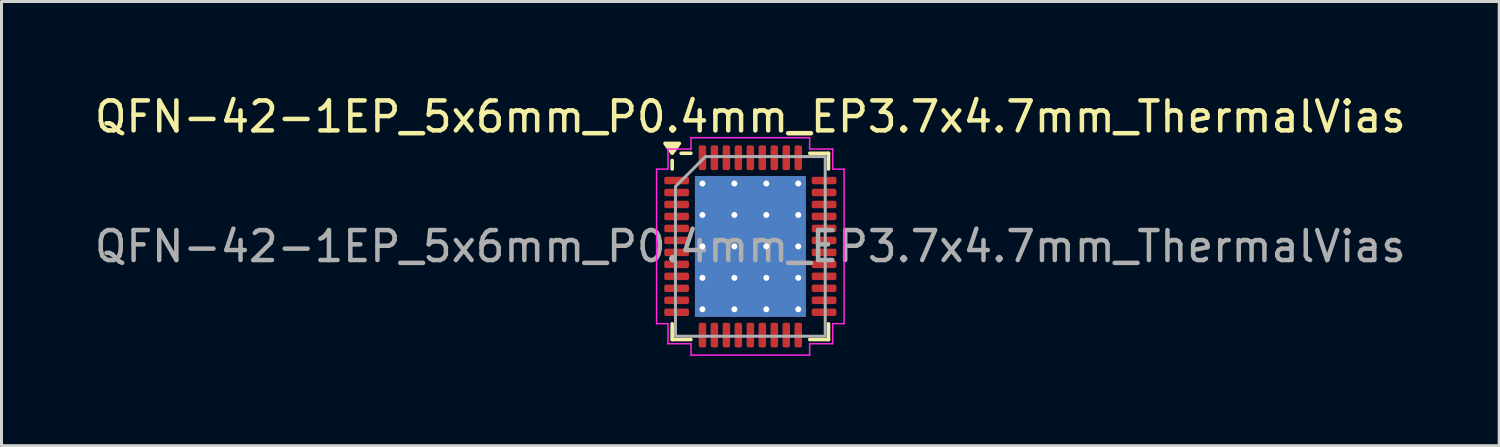
<source format=kicad_pcb>
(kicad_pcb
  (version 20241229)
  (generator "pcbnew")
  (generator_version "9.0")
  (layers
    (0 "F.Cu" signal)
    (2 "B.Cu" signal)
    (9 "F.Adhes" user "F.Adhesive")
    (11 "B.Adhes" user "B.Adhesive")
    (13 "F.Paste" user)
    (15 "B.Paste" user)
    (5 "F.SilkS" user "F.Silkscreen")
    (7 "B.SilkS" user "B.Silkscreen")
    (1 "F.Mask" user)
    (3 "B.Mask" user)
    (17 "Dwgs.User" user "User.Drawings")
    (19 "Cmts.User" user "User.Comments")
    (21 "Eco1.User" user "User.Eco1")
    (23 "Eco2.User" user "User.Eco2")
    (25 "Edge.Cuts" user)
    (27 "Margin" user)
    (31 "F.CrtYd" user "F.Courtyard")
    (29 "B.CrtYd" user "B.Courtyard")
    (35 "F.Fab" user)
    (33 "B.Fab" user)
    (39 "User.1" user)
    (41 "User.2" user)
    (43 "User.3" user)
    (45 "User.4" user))
  (footprint "QFN-42-1EP_5x6mm_P0.4mm_EP3.7x4.7mm_ThermalVias"
    (layer "F.Cu")
    (at 22.006 5.178)
    (property "Reference" "QFN-42-1EP_5x6mm_P0.4mm_EP3.7x4.7mm_ThermalVias" (at 0 -4.33 0) (layer "F.SilkS") (effects (font (size 1 1) (thickness 0.15))))
    (attr smd)
    (fp_line (start -2.61 -2.585) (end -2.61 -2.87) (stroke (width 0.12) (type solid)) (layer "F.SilkS"))
    (fp_line (start -2.61 3.11) (end -2.61 2.585) (stroke (width 0.12) (type solid)) (layer "F.SilkS"))
    (fp_line (start -1.985 -3.11) (end -2.31 -3.11) (stroke (width 0.12) (type solid)) (layer "F.SilkS"))
    (fp_line (start -1.985 3.11) (end -2.61 3.11) (stroke (width 0.12) (type solid)) (layer "F.SilkS"))
    (fp_line (start 1.985 -3.11) (end 2.61 -3.11) (stroke (width 0.12) (type solid)) (layer "F.SilkS"))
    (fp_line (start 1.985 3.11) (end 2.61 3.11) (stroke (width 0.12) (type solid)) (layer "F.SilkS"))
    (fp_line (start 2.61 -3.11) (end 2.61 -2.585) (stroke (width 0.12) (type solid)) (layer "F.SilkS"))
    (fp_line (start 2.61 3.11) (end 2.61 2.585) (stroke (width 0.12) (type solid)) (layer "F.SilkS"))
    (fp_poly (pts (xy -2.61 -3.11) (xy -2.85 -3.44) (xy -2.37 -3.44)) (stroke (width 0.12) (type solid)) (fill yes) (layer "F.SilkS"))
    (fp_line (start -3.13 -2.58) (end -2.75 -2.58) (stroke (width 0.05) (type solid)) (layer "F.CrtYd"))
    (fp_line (start -3.13 2.58) (end -3.13 -2.58) (stroke (width 0.05) (type solid)) (layer "F.CrtYd"))
    (fp_line (start -2.75 -3.25) (end -1.98 -3.25) (stroke (width 0.05) (type solid)) (layer "F.CrtYd"))
    (fp_line (start -2.75 -2.58) (end -2.75 -3.25) (stroke (width 0.05) (type solid)) (layer "F.CrtYd"))
    (fp_line (start -2.75 2.58) (end -3.13 2.58) (stroke (width 0.05) (type solid)) (layer "F.CrtYd"))
    (fp_line (start -2.75 3.25) (end -2.75 2.58) (stroke (width 0.05) (type solid)) (layer "F.CrtYd"))
    (fp_line (start -1.98 -3.63) (end 1.98 -3.63) (stroke (width 0.05) (type solid)) (layer "F.CrtYd"))
    (fp_line (start -1.98 -3.25) (end -1.98 -3.63) (stroke (width 0.05) (type solid)) (layer "F.CrtYd"))
    (fp_line (start -1.98 3.25) (end -2.75 3.25) (stroke (width 0.05) (type solid)) (layer "F.CrtYd"))
    (fp_line (start -1.98 3.63) (end -1.98 3.25) (stroke (width 0.05) (type solid)) (layer "F.CrtYd"))
    (fp_line (start 1.98 -3.63) (end 1.98 -3.25) (stroke (width 0.05) (type solid)) (layer "F.CrtYd"))
    (fp_line (start 1.98 -3.25) (end 2.75 -3.25) (stroke (width 0.05) (type solid)) (layer "F.CrtYd"))
    (fp_line (start 1.98 3.25) (end 1.98 3.63) (stroke (width 0.05) (type solid)) (layer "F.CrtYd"))
    (fp_line (start 1.98 3.63) (end -1.98 3.63) (stroke (width 0.05) (type solid)) (layer "F.CrtYd"))
    (fp_line (start 2.75 -3.25) (end 2.75 -2.58) (stroke (width 0.05) (type solid)) (layer "F.CrtYd"))
    (fp_line (start 2.75 -2.58) (end 3.13 -2.58) (stroke (width 0.05) (type solid)) (layer "F.CrtYd"))
    (fp_line (start 2.75 2.58) (end 2.75 3.25) (stroke (width 0.05) (type solid)) (layer "F.CrtYd"))
    (fp_line (start 2.75 3.25) (end 1.98 3.25) (stroke (width 0.05) (type solid)) (layer "F.CrtYd"))
    (fp_line (start 3.13 -2.58) (end 3.13 2.58) (stroke (width 0.05) (type solid)) (layer "F.CrtYd"))
    (fp_line (start 3.13 2.58) (end 2.75 2.58) (stroke (width 0.05) (type solid)) (layer "F.CrtYd"))
    (fp_poly (pts (xy -2.5 -2) (xy -2.5 3) (xy 2.5 3) (xy 2.5 -3) (xy -1.5 -3)) (stroke (width 0.1) (type solid)) (fill no) (layer "F.Fab"))
    (fp_text user "${REFERENCE}" (at 0 0 0) (layer "F.Fab") (effects (font (size 1 1) (thickness 0.15))))
    (pad "" smd roundrect (at -1.23 -1.77) (size 0.96 0.91) (layers "F.Paste") (roundrect_rratio 0.25))
    (pad "" smd roundrect (at -1.23 -0.59) (size 0.96 0.91) (layers "F.Paste") (roundrect_rratio 0.25))
    (pad "" smd roundrect (at -1.23 0.59) (size 0.96 0.91) (layers "F.Paste") (roundrect_rratio 0.25))
    (pad "" smd roundrect (at -1.23 1.77) (size 0.96 0.91) (layers "F.Paste") (roundrect_rratio 0.25))
    (pad "" smd roundrect (at 0 -1.77) (size 0.96 0.91) (layers "F.Paste") (roundrect_rratio 0.25))
    (pad "" smd roundrect (at 0 -0.59) (size 0.96 0.91) (layers "F.Paste") (roundrect_rratio 0.25))
    (pad "" smd roundrect (at 0 0.59) (size 0.96 0.91) (layers "F.Paste") (roundrect_rratio 0.25))
    (pad "" smd roundrect (at 0 1.77) (size 0.96 0.91) (layers "F.Paste") (roundrect_rratio 0.25))
    (pad "" smd roundrect (at 1.23 -1.77) (size 0.96 0.91) (layers "F.Paste") (roundrect_rratio 0.25))
    (pad "" smd roundrect (at 1.23 -0.59) (size 0.96 0.91) (layers "F.Paste") (roundrect_rratio 0.25))
    (pad "" smd roundrect (at 1.23 0.59) (size 0.96 0.91) (layers "F.Paste") (roundrect_rratio 0.25))
    (pad "" smd roundrect (at 1.23 1.77) (size 0.96 0.91) (layers "F.Paste") (roundrect_rratio 0.25))
    (pad "1" smd roundrect (at -2.462 -2.2) (size 0.825 0.25) (layers "F.Cu" "F.Mask" "F.Paste") (roundrect_rratio 0.25))
    (pad "2" smd roundrect (at -2.462 -1.8) (size 0.825 0.25) (layers "F.Cu" "F.Mask" "F.Paste") (roundrect_rratio 0.25))
    (pad "3" smd roundrect (at -2.462 -1.4) (size 0.825 0.25) (layers "F.Cu" "F.Mask" "F.Paste") (roundrect_rratio 0.25))
    (pad "4" smd roundrect (at -2.462 -1) (size 0.825 0.25) (layers "F.Cu" "F.Mask" "F.Paste") (roundrect_rratio 0.25))
    (pad "5" smd roundrect (at -2.462 -0.6) (size 0.825 0.25) (layers "F.Cu" "F.Mask" "F.Paste") (roundrect_rratio 0.25))
    (pad "6" smd roundrect (at -2.462 -0.2) (size 0.825 0.25) (layers "F.Cu" "F.Mask" "F.Paste") (roundrect_rratio 0.25))
    (pad "7" smd roundrect (at -2.462 0.2) (size 0.825 0.25) (layers "F.Cu" "F.Mask" "F.Paste") (roundrect_rratio 0.25))
    (pad "8" smd roundrect (at -2.462 0.6) (size 0.825 0.25) (layers "F.Cu" "F.Mask" "F.Paste") (roundrect_rratio 0.25))
    (pad "9" smd roundrect (at -2.462 1) (size 0.825 0.25) (layers "F.Cu" "F.Mask" "F.Paste") (roundrect_rratio 0.25))
    (pad "10" smd roundrect (at -2.462 1.4) (size 0.825 0.25) (layers "F.Cu" "F.Mask" "F.Paste") (roundrect_rratio 0.25))
    (pad "11" smd roundrect (at -2.462 1.8) (size 0.825 0.25) (layers "F.Cu" "F.Mask" "F.Paste") (roundrect_rratio 0.25))
    (pad "12" smd roundrect (at -2.462 2.2) (size 0.825 0.25) (layers "F.Cu" "F.Mask" "F.Paste") (roundrect_rratio 0.25))
    (pad "13" smd roundrect (at -1.6 2.962) (size 0.25 0.825) (layers "F.Cu" "F.Mask" "F.Paste") (roundrect_rratio 0.25))
    (pad "14" smd roundrect (at -1.2 2.962) (size 0.25 0.825) (layers "F.Cu" "F.Mask" "F.Paste") (roundrect_rratio 0.25))
    (pad "15" smd roundrect (at -0.8 2.962) (size 0.25 0.825) (layers "F.Cu" "F.Mask" "F.Paste") (roundrect_rratio 0.25))
    (pad "16" smd roundrect (at -0.4 2.962) (size 0.25 0.825) (layers "F.Cu" "F.Mask" "F.Paste") (roundrect_rratio 0.25))
    (pad "17" smd roundrect (at 0 2.962) (size 0.25 0.825) (layers "F.Cu" "F.Mask" "F.Paste") (roundrect_rratio 0.25))
    (pad "18" smd roundrect (at 0.4 2.962) (size 0.25 0.825) (layers "F.Cu" "F.Mask" "F.Paste") (roundrect_rratio 0.25))
    (pad "19" smd roundrect (at 0.8 2.962) (size 0.25 0.825) (layers "F.Cu" "F.Mask" "F.Paste") (roundrect_rratio 0.25))
    (pad "20" smd roundrect (at 1.2 2.962) (size 0.25 0.825) (layers "F.Cu" "F.Mask" "F.Paste") (roundrect_rratio 0.25))
    (pad "21" smd roundrect (at 1.6 2.962) (size 0.25 0.825) (layers "F.Cu" "F.Mask" "F.Paste") (roundrect_rratio 0.25))
    (pad "22" smd roundrect (at 2.462 2.2) (size 0.825 0.25) (layers "F.Cu" "F.Mask" "F.Paste") (roundrect_rratio 0.25))
    (pad "23" smd roundrect (at 2.462 1.8) (size 0.825 0.25) (layers "F.Cu" "F.Mask" "F.Paste") (roundrect_rratio 0.25))
    (pad "24" smd roundrect (at 2.462 1.4) (size 0.825 0.25) (layers "F.Cu" "F.Mask" "F.Paste") (roundrect_rratio 0.25))
    (pad "25" smd roundrect (at 2.462 1) (size 0.825 0.25) (layers "F.Cu" "F.Mask" "F.Paste") (roundrect_rratio 0.25))
    (pad "26" smd roundrect (at 2.462 0.6) (size 0.825 0.25) (layers "F.Cu" "F.Mask" "F.Paste") (roundrect_rratio 0.25))
    (pad "27" smd roundrect (at 2.462 0.2) (size 0.825 0.25) (layers "F.Cu" "F.Mask" "F.Paste") (roundrect_rratio 0.25))
    (pad "28" smd roundrect (at 2.462 -0.2) (size 0.825 0.25) (layers "F.Cu" "F.Mask" "F.Paste") (roundrect_rratio 0.25))
    (pad "29" smd roundrect (at 2.462 -0.6) (size 0.825 0.25) (layers "F.Cu" "F.Mask" "F.Paste") (roundrect_rratio 0.25))
    (pad "30" smd roundrect (at 2.462 -1) (size 0.825 0.25) (layers "F.Cu" "F.Mask" "F.Paste") (roundrect_rratio 0.25))
    (pad "31" smd roundrect (at 2.462 -1.4) (size 0.825 0.25) (layers "F.Cu" "F.Mask" "F.Paste") (roundrect_rratio 0.25))
    (pad "32" smd roundrect (at 2.462 -1.8) (size 0.825 0.25) (layers "F.Cu" "F.Mask" "F.Paste") (roundrect_rratio 0.25))
    (pad "33" smd roundrect (at 2.462 -2.2) (size 0.825 0.25) (layers "F.Cu" "F.Mask" "F.Paste") (roundrect_rratio 0.25))
    (pad "34" smd roundrect (at 1.6 -2.962) (size 0.25 0.825) (layers "F.Cu" "F.Mask" "F.Paste") (roundrect_rratio 0.25))
    (pad "35" smd roundrect (at 1.2 -2.962) (size 0.25 0.825) (layers "F.Cu" "F.Mask" "F.Paste") (roundrect_rratio 0.25))
    (pad "36" smd roundrect (at 0.8 -2.962) (size 0.25 0.825) (layers "F.Cu" "F.Mask" "F.Paste") (roundrect_rratio 0.25))
    (pad "37" smd roundrect (at 0.4 -2.962) (size 0.25 0.825) (layers "F.Cu" "F.Mask" "F.Paste") (roundrect_rratio 0.25))
    (pad "38" smd roundrect (at 0 -2.962) (size 0.25 0.825) (layers "F.Cu" "F.Mask" "F.Paste") (roundrect_rratio 0.25))
    (pad "39" smd roundrect (at -0.4 -2.962) (size 0.25 0.825) (layers "F.Cu" "F.Mask" "F.Paste") (roundrect_rratio 0.25))
    (pad "40" smd roundrect (at -0.8 -2.962) (size 0.25 0.825) (layers "F.Cu" "F.Mask" "F.Paste") (roundrect_rratio 0.25))
    (pad "41" smd roundrect (at -1.2 -2.962) (size 0.25 0.825) (layers "F.Cu" "F.Mask" "F.Paste") (roundrect_rratio 0.25))
    (pad "42" smd roundrect (at -1.6 -2.962) (size 0.25 0.825) (layers "F.Cu" "F.Mask" "F.Paste") (roundrect_rratio 0.25))
    (pad "43" thru_hole circle (at -1.6 -2.1) (size 0.5 0.5) (drill 0.2) (property pad_prop_heatsink) (layers "*.Cu"))
    (pad "43" thru_hole circle (at -1.6 -1.05) (size 0.5 0.5) (drill 0.2) (property pad_prop_heatsink) (layers "*.Cu"))
    (pad "43" thru_hole circle (at -1.6 0) (size 0.5 0.5) (drill 0.2) (property pad_prop_heatsink) (layers "*.Cu"))
    (pad "43" thru_hole circle (at -1.6 1.05) (size 0.5 0.5) (drill 0.2) (property pad_prop_heatsink) (layers "*.Cu"))
    (pad "43" thru_hole circle (at -1.6 2.1) (size 0.5 0.5) (drill 0.2) (property pad_prop_heatsink) (layers "*.Cu"))
    (pad "43" thru_hole circle (at -0.533 -2.1) (size 0.5 0.5) (drill 0.2) (property pad_prop_heatsink) (layers "*.Cu"))
    (pad "43" thru_hole circle (at -0.533 -1.05) (size 0.5 0.5) (drill 0.2) (property pad_prop_heatsink) (layers "*.Cu"))
    (pad "43" thru_hole circle (at -0.533 0) (size 0.5 0.5) (drill 0.2) (property pad_prop_heatsink) (layers "*.Cu"))
    (pad "43" thru_hole circle (at -0.533 1.05) (size 0.5 0.5) (drill 0.2) (property pad_prop_heatsink) (layers "*.Cu"))
    (pad "43" thru_hole circle (at -0.533 2.1) (size 0.5 0.5) (drill 0.2) (property pad_prop_heatsink) (layers "*.Cu"))
    (pad "43" smd rect (at 0 0) (size 3.7 4.7) (property pad_prop_heatsink) (layers "F.Cu" "F.Mask"))
    (pad "43" smd rect (at 0 0) (size 3.7 4.7) (property pad_prop_heatsink) (layers "B.Cu"))
    (pad "43" thru_hole circle (at 0.533 -2.1) (size 0.5 0.5) (drill 0.2) (property pad_prop_heatsink) (layers "*.Cu"))
    (pad "43" thru_hole circle (at 0.533 -1.05) (size 0.5 0.5) (drill 0.2) (property pad_prop_heatsink) (layers "*.Cu"))
    (pad "43" thru_hole circle (at 0.533 0) (size 0.5 0.5) (drill 0.2) (property pad_prop_heatsink) (layers "*.Cu"))
    (pad "43" thru_hole circle (at 0.533 1.05) (size 0.5 0.5) (drill 0.2) (property pad_prop_heatsink) (layers "*.Cu"))
    (pad "43" thru_hole circle (at 0.533 2.1) (size 0.5 0.5) (drill 0.2) (property pad_prop_heatsink) (layers "*.Cu"))
    (pad "43" thru_hole circle (at 1.6 -2.1) (size 0.5 0.5) (drill 0.2) (property pad_prop_heatsink) (layers "*.Cu"))
    (pad "43" thru_hole circle (at 1.6 -1.05) (size 0.5 0.5) (drill 0.2) (property pad_prop_heatsink) (layers "*.Cu"))
    (pad "43" thru_hole circle (at 1.6 0) (size 0.5 0.5) (drill 0.2) (property pad_prop_heatsink) (layers "*.Cu"))
    (pad "43" thru_hole circle (at 1.6 1.05) (size 0.5 0.5) (drill 0.2) (property pad_prop_heatsink) (layers "*.Cu"))
    (pad "43" thru_hole circle (at 1.6 2.1) (size 0.5 0.5) (drill 0.2) (property pad_prop_heatsink) (layers "*.Cu")))
  (gr_rect
    (start -3 -3)
    (end 47.012 11.833)
    (stroke (width 0.1) (type default))
    (fill no)
    (layer "Edge.Cuts")))
</source>
